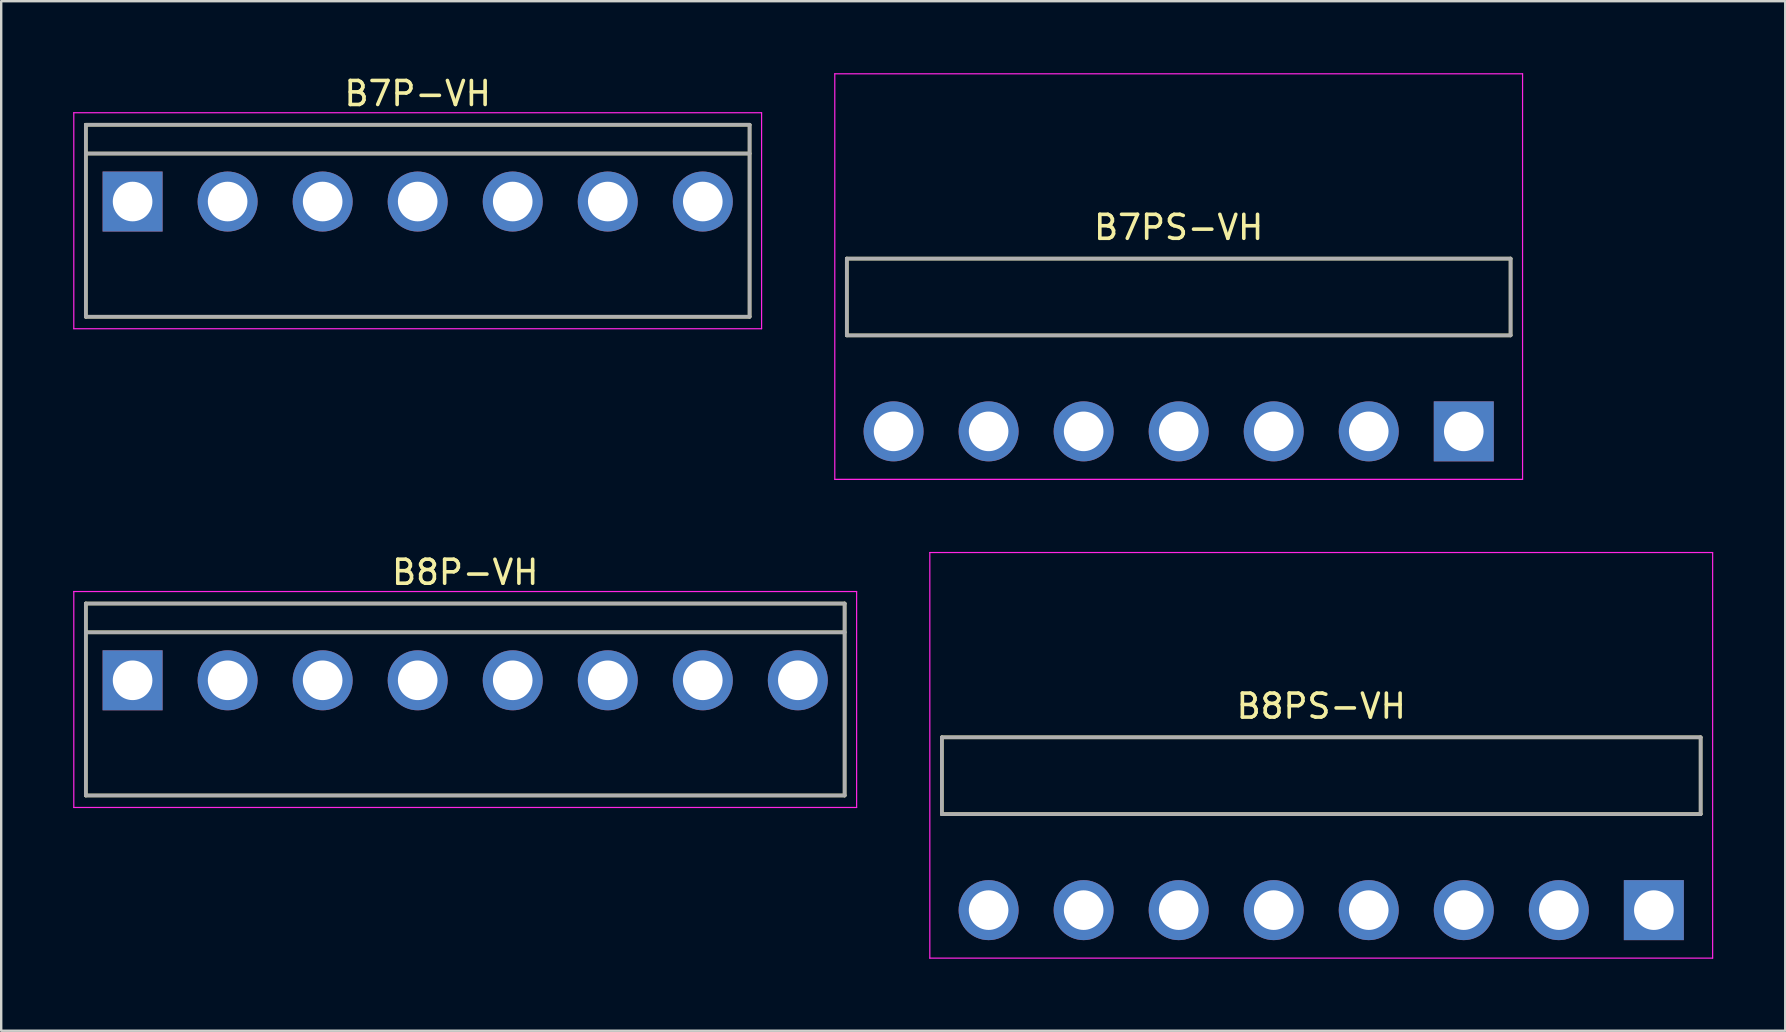
<source format=kicad_pcb>
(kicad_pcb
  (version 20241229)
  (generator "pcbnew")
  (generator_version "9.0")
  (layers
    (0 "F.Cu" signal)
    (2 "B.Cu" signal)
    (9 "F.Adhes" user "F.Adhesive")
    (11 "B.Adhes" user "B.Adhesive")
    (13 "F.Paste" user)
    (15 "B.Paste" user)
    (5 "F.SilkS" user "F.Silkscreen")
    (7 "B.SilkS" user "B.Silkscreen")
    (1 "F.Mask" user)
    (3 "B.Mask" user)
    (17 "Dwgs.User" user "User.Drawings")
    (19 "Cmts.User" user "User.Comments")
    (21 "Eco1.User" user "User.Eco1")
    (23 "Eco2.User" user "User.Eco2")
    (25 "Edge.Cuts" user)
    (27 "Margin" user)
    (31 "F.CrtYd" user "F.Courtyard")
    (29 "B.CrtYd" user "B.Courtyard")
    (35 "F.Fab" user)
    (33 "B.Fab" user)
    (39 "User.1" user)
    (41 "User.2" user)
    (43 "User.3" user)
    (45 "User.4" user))
  (footprint "B7PS-VH"
    (layer "F.Cu")
    (at 46.065 14.925)
    (property "Reference" "B7PS-VH" (at 0 -8.5 0) (layer "F.SilkS") (effects (font (size 1 1) (thickness 0.15))))
    (attr smd)
    (fp_line (start -13.83 -7.2) (end -13.83 -4) (stroke (width 0.15) (type solid)) (layer "F.SilkS"))
    (fp_line (start -13.83 -7.2) (end 13.83 -7.2) (stroke (width 0.15) (type solid)) (layer "F.SilkS"))
    (fp_line (start -13.83 -4) (end 13.83 -4) (stroke (width 0.15) (type solid)) (layer "F.SilkS"))
    (fp_line (start 13.83 -7.2) (end 13.83 -4) (stroke (width 0.15) (type solid)) (layer "F.SilkS"))
    (fp_line (start -14.33 -14.9) (end -14.33 2) (stroke (width 0.05) (type solid)) (layer "F.CrtYd"))
    (fp_line (start -14.33 -14.9) (end 14.33 -14.9) (stroke (width 0.05) (type solid)) (layer "F.CrtYd"))
    (fp_line (start -14.33 2) (end 14.33 2) (stroke (width 0.05) (type solid)) (layer "F.CrtYd"))
    (fp_line (start 14.33 -14.9) (end 14.33 2) (stroke (width 0.05) (type solid)) (layer "F.CrtYd"))
    (fp_line (start -13.83 -7.2) (end -13.83 -4) (stroke (width 0.15) (type solid)) (layer "F.Fab"))
    (fp_line (start -13.83 -7.2) (end 13.83 -7.2) (stroke (width 0.15) (type solid)) (layer "F.Fab"))
    (fp_line (start -13.83 -4) (end 13.83 -4) (stroke (width 0.15) (type solid)) (layer "F.Fab"))
    (fp_line (start 13.83 -7.2) (end 13.83 -4) (stroke (width 0.15) (type solid)) (layer "F.Fab"))
    (pad "1" thru_hole rect (at 11.88 0 180) (size 2.5 2.5) (drill 1.65) (layers "*.Cu" "*.Mask"))
    (pad "2" thru_hole circle (at 7.92 0 180) (size 2.5 2.5) (drill 1.65) (layers "*.Cu" "*.Mask"))
    (pad "3" thru_hole circle (at 3.96 0 180) (size 2.5 2.5) (drill 1.65) (layers "*.Cu" "*.Mask"))
    (pad "4" thru_hole circle (at 0 0 180) (size 2.5 2.5) (drill 1.65) (layers "*.Cu" "*.Mask"))
    (pad "5" thru_hole circle (at -3.96 0 180) (size 2.5 2.5) (drill 1.65) (layers "*.Cu" "*.Mask"))
    (pad "6" thru_hole circle (at -7.92 0 180) (size 2.5 2.5) (drill 1.65) (layers "*.Cu" "*.Mask"))
    (pad "7" thru_hole circle (at -11.88 0 180) (size 2.5 2.5) (drill 1.65) (layers "*.Cu" "*.Mask")))
  (footprint "B8PS-VH"
    (layer "F.Cu")
    (at 52.005 34.875)
    (property "Reference" "B8PS-VH" (at 0 -8.5 0) (layer "F.SilkS") (effects (font (size 1 1) (thickness 0.15))))
    (attr smd)
    (fp_line (start -15.81 -7.2) (end -15.81 -4) (stroke (width 0.15) (type solid)) (layer "F.SilkS"))
    (fp_line (start -15.81 -7.2) (end 15.81 -7.2) (stroke (width 0.15) (type solid)) (layer "F.SilkS"))
    (fp_line (start -15.81 -4) (end 15.81 -4) (stroke (width 0.15) (type solid)) (layer "F.SilkS"))
    (fp_line (start 15.81 -7.2) (end 15.81 -4) (stroke (width 0.15) (type solid)) (layer "F.SilkS"))
    (fp_line (start -16.31 -14.9) (end -16.31 2) (stroke (width 0.05) (type solid)) (layer "F.CrtYd"))
    (fp_line (start -16.31 -14.9) (end 16.31 -14.9) (stroke (width 0.05) (type solid)) (layer "F.CrtYd"))
    (fp_line (start -16.31 2) (end 16.31 2) (stroke (width 0.05) (type solid)) (layer "F.CrtYd"))
    (fp_line (start 16.31 -14.9) (end 16.31 2) (stroke (width 0.05) (type solid)) (layer "F.CrtYd"))
    (fp_line (start -15.81 -7.2) (end -15.81 -4) (stroke (width 0.15) (type solid)) (layer "F.Fab"))
    (fp_line (start -15.81 -7.2) (end 15.81 -7.2) (stroke (width 0.15) (type solid)) (layer "F.Fab"))
    (fp_line (start -15.81 -4) (end 15.81 -4) (stroke (width 0.15) (type solid)) (layer "F.Fab"))
    (fp_line (start 15.81 -7.2) (end 15.81 -4) (stroke (width 0.15) (type solid)) (layer "F.Fab"))
    (pad "1" thru_hole rect (at 13.86 0 180) (size 2.5 2.5) (drill 1.65) (layers "*.Cu" "*.Mask"))
    (pad "2" thru_hole circle (at 9.9 0 180) (size 2.5 2.5) (drill 1.65) (layers "*.Cu" "*.Mask"))
    (pad "3" thru_hole circle (at 5.94 0 180) (size 2.5 2.5) (drill 1.65) (layers "*.Cu" "*.Mask"))
    (pad "4" thru_hole circle (at 1.98 0 180) (size 2.5 2.5) (drill 1.65) (layers "*.Cu" "*.Mask"))
    (pad "5" thru_hole circle (at -1.98 0 180) (size 2.5 2.5) (drill 1.65) (layers "*.Cu" "*.Mask"))
    (pad "6" thru_hole circle (at -5.94 0 180) (size 2.5 2.5) (drill 1.65) (layers "*.Cu" "*.Mask"))
    (pad "7" thru_hole circle (at -9.9 0 180) (size 2.5 2.5) (drill 1.65) (layers "*.Cu" "*.Mask"))
    (pad "8" thru_hole circle (at -13.86 0 180) (size 2.5 2.5) (drill 1.65) (layers "*.Cu" "*.Mask")))
  (footprint "B7P-VH"
    (layer "F.Cu")
    (at 14.355 5.348)
    (property "Reference" "B7P-VH" (at 0 -4.5 0) (layer "F.SilkS") (effects (font (size 1 1) (thickness 0.15))))
    (attr smd)
    (fp_line (start -13.83 -3.2) (end -13.83 4.8) (stroke (width 0.15) (type solid)) (layer "F.SilkS"))
    (fp_line (start -13.83 -3.2) (end 13.83 -3.2) (stroke (width 0.15) (type solid)) (layer "F.SilkS"))
    (fp_line (start -13.83 -2) (end 13.83 -2) (stroke (width 0.15) (type solid)) (layer "F.SilkS"))
    (fp_line (start -13.83 4.8) (end 13.83 4.8) (stroke (width 0.15) (type solid)) (layer "F.SilkS"))
    (fp_line (start 13.83 -3.2) (end 13.83 4.8) (stroke (width 0.15) (type solid)) (layer "F.SilkS"))
    (fp_line (start -14.33 -3.7) (end -14.33 5.3) (stroke (width 0.05) (type solid)) (layer "F.CrtYd"))
    (fp_line (start -14.33 -3.7) (end 14.33 -3.7) (stroke (width 0.05) (type solid)) (layer "F.CrtYd"))
    (fp_line (start -14.33 5.3) (end 14.33 5.3) (stroke (width 0.05) (type solid)) (layer "F.CrtYd"))
    (fp_line (start 14.33 -3.7) (end 14.33 5.3) (stroke (width 0.05) (type solid)) (layer "F.CrtYd"))
    (fp_line (start -13.83 -3.2) (end -13.83 4.8) (stroke (width 0.15) (type solid)) (layer "F.Fab"))
    (fp_line (start -13.83 -3.2) (end 13.83 -3.2) (stroke (width 0.15) (type solid)) (layer "F.Fab"))
    (fp_line (start -13.83 -2) (end 13.83 -2) (stroke (width 0.15) (type solid)) (layer "F.Fab"))
    (fp_line (start -13.83 4.8) (end 13.83 4.8) (stroke (width 0.15) (type solid)) (layer "F.Fab"))
    (fp_line (start 13.83 -3.2) (end 13.83 4.8) (stroke (width 0.15) (type solid)) (layer "F.Fab"))
    (pad "1" thru_hole rect (at -11.88 0) (size 2.5 2.5) (drill 1.65) (layers "*.Cu" "*.Mask"))
    (pad "2" thru_hole circle (at -7.92 0) (size 2.5 2.5) (drill 1.65) (layers "*.Cu" "*.Mask"))
    (pad "3" thru_hole circle (at -3.96 0) (size 2.5 2.5) (drill 1.65) (layers "*.Cu" "*.Mask"))
    (pad "4" thru_hole circle (at 0 0) (size 2.5 2.5) (drill 1.65) (layers "*.Cu" "*.Mask"))
    (pad "5" thru_hole circle (at 3.96 0) (size 2.5 2.5) (drill 1.65) (layers "*.Cu" "*.Mask"))
    (pad "6" thru_hole circle (at 7.92 0) (size 2.5 2.5) (drill 1.65) (layers "*.Cu" "*.Mask"))
    (pad "7" thru_hole circle (at 11.88 0) (size 2.5 2.5) (drill 1.65) (layers "*.Cu" "*.Mask")))
  (footprint "B8P-VH"
    (layer "F.Cu")
    (at 16.335 25.298)
    (property "Reference" "B8P-VH" (at 0 -4.5 0) (layer "F.SilkS") (effects (font (size 1 1) (thickness 0.15))))
    (attr smd)
    (fp_line (start -15.81 -3.2) (end -15.81 4.8) (stroke (width 0.15) (type solid)) (layer "F.SilkS"))
    (fp_line (start -15.81 -3.2) (end 15.81 -3.2) (stroke (width 0.15) (type solid)) (layer "F.SilkS"))
    (fp_line (start -15.81 -2) (end 15.81 -2) (stroke (width 0.15) (type solid)) (layer "F.SilkS"))
    (fp_line (start -15.81 4.8) (end 15.81 4.8) (stroke (width 0.15) (type solid)) (layer "F.SilkS"))
    (fp_line (start 15.81 -3.2) (end 15.81 4.8) (stroke (width 0.15) (type solid)) (layer "F.SilkS"))
    (fp_line (start -16.31 -3.7) (end -16.31 5.3) (stroke (width 0.05) (type solid)) (layer "F.CrtYd"))
    (fp_line (start -16.31 -3.7) (end 16.31 -3.7) (stroke (width 0.05) (type solid)) (layer "F.CrtYd"))
    (fp_line (start -16.31 5.3) (end 16.31 5.3) (stroke (width 0.05) (type solid)) (layer "F.CrtYd"))
    (fp_line (start 16.31 -3.7) (end 16.31 5.3) (stroke (width 0.05) (type solid)) (layer "F.CrtYd"))
    (fp_line (start -15.81 -3.2) (end -15.81 4.8) (stroke (width 0.15) (type solid)) (layer "F.Fab"))
    (fp_line (start -15.81 -3.2) (end 15.81 -3.2) (stroke (width 0.15) (type solid)) (layer "F.Fab"))
    (fp_line (start -15.81 -2) (end 15.81 -2) (stroke (width 0.15) (type solid)) (layer "F.Fab"))
    (fp_line (start -15.81 4.8) (end 15.81 4.8) (stroke (width 0.15) (type solid)) (layer "F.Fab"))
    (fp_line (start 15.81 -3.2) (end 15.81 4.8) (stroke (width 0.15) (type solid)) (layer "F.Fab"))
    (pad "1" thru_hole rect (at -13.86 0) (size 2.5 2.5) (drill 1.65) (layers "*.Cu" "*.Mask"))
    (pad "2" thru_hole circle (at -9.9 0) (size 2.5 2.5) (drill 1.65) (layers "*.Cu" "*.Mask"))
    (pad "3" thru_hole circle (at -5.94 0) (size 2.5 2.5) (drill 1.65) (layers "*.Cu" "*.Mask"))
    (pad "4" thru_hole circle (at -1.98 0) (size 2.5 2.5) (drill 1.65) (layers "*.Cu" "*.Mask"))
    (pad "5" thru_hole circle (at 1.98 0) (size 2.5 2.5) (drill 1.65) (layers "*.Cu" "*.Mask"))
    (pad "6" thru_hole circle (at 5.94 0) (size 2.5 2.5) (drill 1.65) (layers "*.Cu" "*.Mask"))
    (pad "7" thru_hole circle (at 9.9 0) (size 2.5 2.5) (drill 1.65) (layers "*.Cu" "*.Mask"))
    (pad "8" thru_hole circle (at 13.86 0) (size 2.5 2.5) (drill 1.65) (layers "*.Cu" "*.Mask")))
  (gr_rect
    (start -3 -3)
    (end 71.34 39.9)
    (stroke (width 0.1) (type default))
    (fill no)
    (layer "Edge.Cuts")))
</source>
